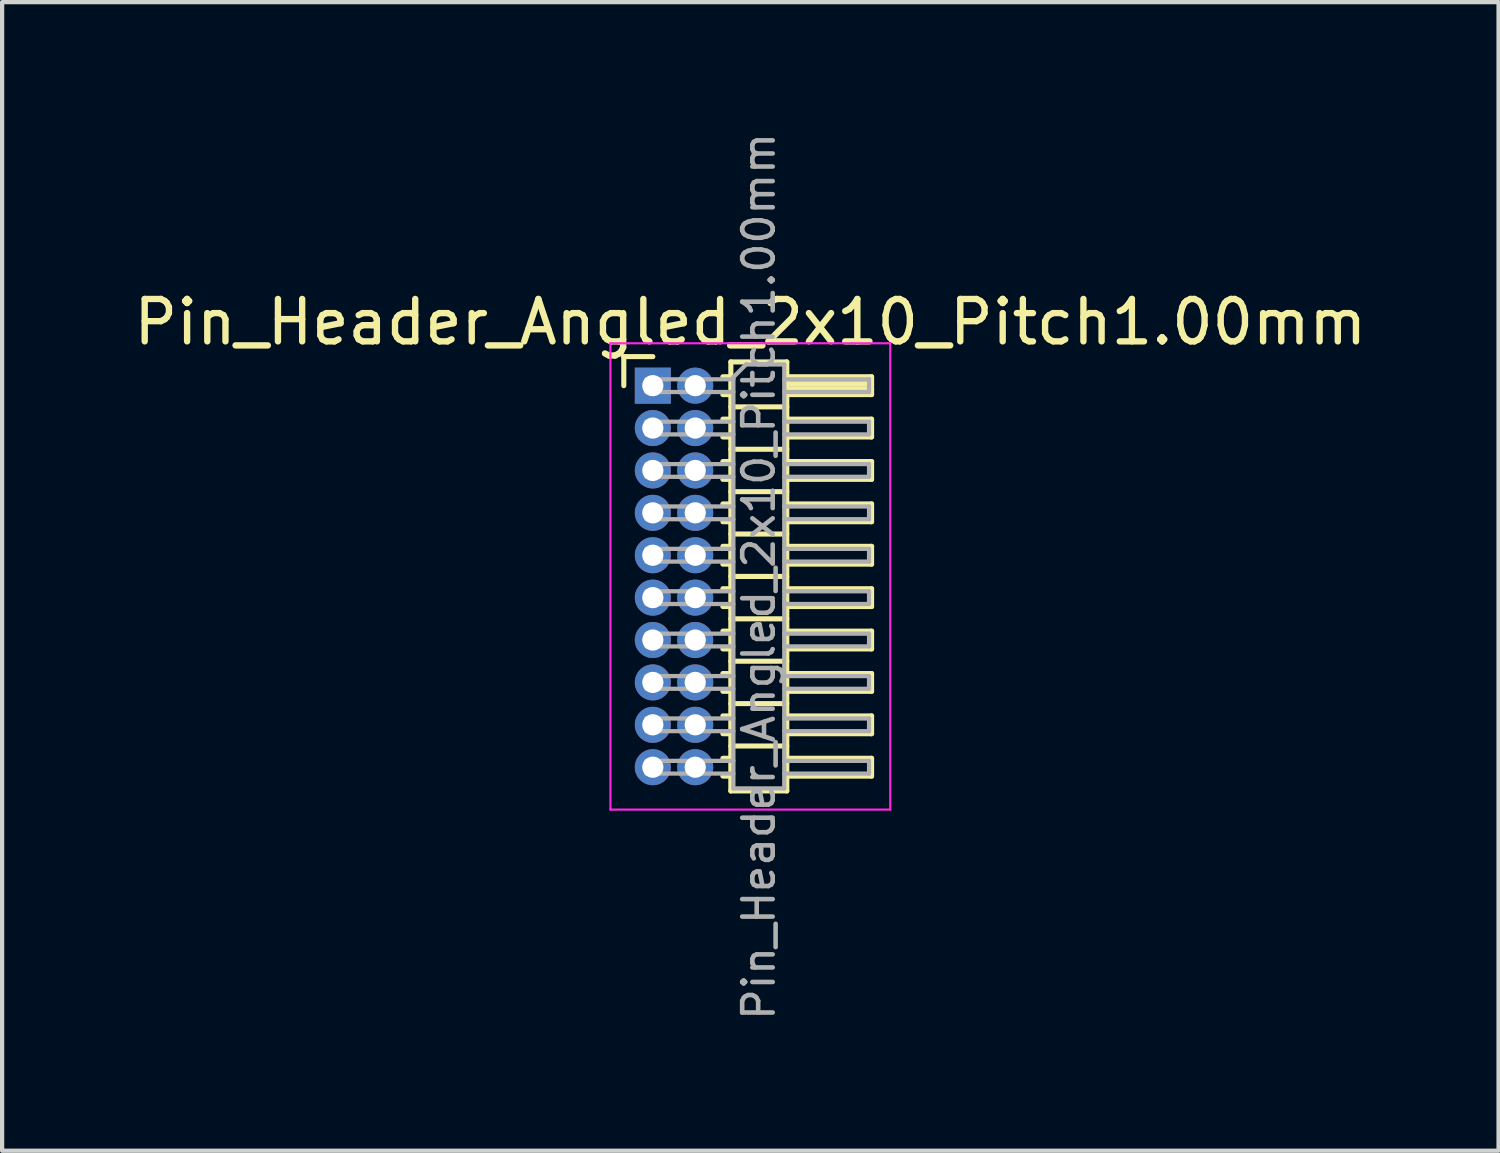
<source format=kicad_pcb>
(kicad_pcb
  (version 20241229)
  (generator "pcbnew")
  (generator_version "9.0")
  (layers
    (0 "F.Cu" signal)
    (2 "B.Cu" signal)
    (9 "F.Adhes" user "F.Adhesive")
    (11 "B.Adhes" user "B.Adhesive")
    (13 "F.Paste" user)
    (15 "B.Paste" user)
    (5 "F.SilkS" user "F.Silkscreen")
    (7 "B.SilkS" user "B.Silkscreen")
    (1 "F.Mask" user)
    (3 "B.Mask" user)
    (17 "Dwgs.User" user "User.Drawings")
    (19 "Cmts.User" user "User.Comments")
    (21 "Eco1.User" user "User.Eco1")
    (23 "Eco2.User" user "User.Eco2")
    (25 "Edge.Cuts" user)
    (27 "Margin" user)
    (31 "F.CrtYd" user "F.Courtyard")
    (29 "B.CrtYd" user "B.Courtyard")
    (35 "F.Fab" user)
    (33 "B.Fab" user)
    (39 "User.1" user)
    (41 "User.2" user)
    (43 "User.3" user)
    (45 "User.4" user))
  (footprint "Pin_Header_Angled_2x10_Pitch1.00mm"
    (layer "F.Cu")
    (at 12.349 6.047)
    (property "Reference" "Pin_Header_Angled_2x10_Pitch1.00mm" (at 2.3 -1.5 0) (layer "F.SilkS") (effects (font (size 1 1) (thickness 0.15))))
    (attr through_hole)
    (fp_line (start -0.685 -0.685) (end 0 -0.685) (stroke (width 0.12) (type solid)) (layer "F.SilkS"))
    (fp_line (start -0.685 0) (end -0.685 -0.685) (stroke (width 0.12) (type solid)) (layer "F.SilkS"))
    (fp_line (start 1.652 -0.21) (end 1.84 -0.21) (stroke (width 0.12) (type solid)) (layer "F.SilkS"))
    (fp_line (start 1.652 0.21) (end 1.84 0.21) (stroke (width 0.12) (type solid)) (layer "F.SilkS"))
    (fp_line (start 1.652 0.79) (end 1.84 0.79) (stroke (width 0.12) (type solid)) (layer "F.SilkS"))
    (fp_line (start 1.652 1.21) (end 1.84 1.21) (stroke (width 0.12) (type solid)) (layer "F.SilkS"))
    (fp_line (start 1.652 1.79) (end 1.84 1.79) (stroke (width 0.12) (type solid)) (layer "F.SilkS"))
    (fp_line (start 1.652 2.21) (end 1.84 2.21) (stroke (width 0.12) (type solid)) (layer "F.SilkS"))
    (fp_line (start 1.652 2.79) (end 1.84 2.79) (stroke (width 0.12) (type solid)) (layer "F.SilkS"))
    (fp_line (start 1.652 3.21) (end 1.84 3.21) (stroke (width 0.12) (type solid)) (layer "F.SilkS"))
    (fp_line (start 1.652 3.79) (end 1.84 3.79) (stroke (width 0.12) (type solid)) (layer "F.SilkS"))
    (fp_line (start 1.652 4.21) (end 1.84 4.21) (stroke (width 0.12) (type solid)) (layer "F.SilkS"))
    (fp_line (start 1.652 4.79) (end 1.84 4.79) (stroke (width 0.12) (type solid)) (layer "F.SilkS"))
    (fp_line (start 1.652 5.21) (end 1.84 5.21) (stroke (width 0.12) (type solid)) (layer "F.SilkS"))
    (fp_line (start 1.652 5.79) (end 1.84 5.79) (stroke (width 0.12) (type solid)) (layer "F.SilkS"))
    (fp_line (start 1.652 6.21) (end 1.84 6.21) (stroke (width 0.12) (type solid)) (layer "F.SilkS"))
    (fp_line (start 1.652 6.79) (end 1.84 6.79) (stroke (width 0.12) (type solid)) (layer "F.SilkS"))
    (fp_line (start 1.652 7.21) (end 1.84 7.21) (stroke (width 0.12) (type solid)) (layer "F.SilkS"))
    (fp_line (start 1.652 7.79) (end 1.84 7.79) (stroke (width 0.12) (type solid)) (layer "F.SilkS"))
    (fp_line (start 1.652 8.21) (end 1.84 8.21) (stroke (width 0.12) (type solid)) (layer "F.SilkS"))
    (fp_line (start 1.652 8.79) (end 1.84 8.79) (stroke (width 0.12) (type solid)) (layer "F.SilkS"))
    (fp_line (start 1.652 9.21) (end 1.84 9.21) (stroke (width 0.12) (type solid)) (layer "F.SilkS"))
    (fp_line (start 1.84 -0.56) (end 1.84 9.56) (stroke (width 0.12) (type solid)) (layer "F.SilkS"))
    (fp_line (start 1.84 0.5) (end 3.16 0.5) (stroke (width 0.12) (type solid)) (layer "F.SilkS"))
    (fp_line (start 1.84 1.5) (end 3.16 1.5) (stroke (width 0.12) (type solid)) (layer "F.SilkS"))
    (fp_line (start 1.84 2.5) (end 3.16 2.5) (stroke (width 0.12) (type solid)) (layer "F.SilkS"))
    (fp_line (start 1.84 3.5) (end 3.16 3.5) (stroke (width 0.12) (type solid)) (layer "F.SilkS"))
    (fp_line (start 1.84 4.5) (end 3.16 4.5) (stroke (width 0.12) (type solid)) (layer "F.SilkS"))
    (fp_line (start 1.84 5.5) (end 3.16 5.5) (stroke (width 0.12) (type solid)) (layer "F.SilkS"))
    (fp_line (start 1.84 6.5) (end 3.16 6.5) (stroke (width 0.12) (type solid)) (layer "F.SilkS"))
    (fp_line (start 1.84 7.5) (end 3.16 7.5) (stroke (width 0.12) (type solid)) (layer "F.SilkS"))
    (fp_line (start 1.84 8.5) (end 3.16 8.5) (stroke (width 0.12) (type solid)) (layer "F.SilkS"))
    (fp_line (start 1.84 9.56) (end 3.16 9.56) (stroke (width 0.12) (type solid)) (layer "F.SilkS"))
    (fp_line (start 3.16 -0.56) (end 1.84 -0.56) (stroke (width 0.12) (type solid)) (layer "F.SilkS"))
    (fp_line (start 3.16 -0.21) (end 5.16 -0.21) (stroke (width 0.12) (type solid)) (layer "F.SilkS"))
    (fp_line (start 3.16 -0.15) (end 5.16 -0.15) (stroke (width 0.12) (type solid)) (layer "F.SilkS"))
    (fp_line (start 3.16 -0.03) (end 5.16 -0.03) (stroke (width 0.12) (type solid)) (layer "F.SilkS"))
    (fp_line (start 3.16 0.09) (end 5.16 0.09) (stroke (width 0.12) (type solid)) (layer "F.SilkS"))
    (fp_line (start 3.16 0.79) (end 5.16 0.79) (stroke (width 0.12) (type solid)) (layer "F.SilkS"))
    (fp_line (start 3.16 1.79) (end 5.16 1.79) (stroke (width 0.12) (type solid)) (layer "F.SilkS"))
    (fp_line (start 3.16 2.79) (end 5.16 2.79) (stroke (width 0.12) (type solid)) (layer "F.SilkS"))
    (fp_line (start 3.16 3.79) (end 5.16 3.79) (stroke (width 0.12) (type solid)) (layer "F.SilkS"))
    (fp_line (start 3.16 4.79) (end 5.16 4.79) (stroke (width 0.12) (type solid)) (layer "F.SilkS"))
    (fp_line (start 3.16 5.79) (end 5.16 5.79) (stroke (width 0.12) (type solid)) (layer "F.SilkS"))
    (fp_line (start 3.16 6.79) (end 5.16 6.79) (stroke (width 0.12) (type solid)) (layer "F.SilkS"))
    (fp_line (start 3.16 7.79) (end 5.16 7.79) (stroke (width 0.12) (type solid)) (layer "F.SilkS"))
    (fp_line (start 3.16 8.79) (end 5.16 8.79) (stroke (width 0.12) (type solid)) (layer "F.SilkS"))
    (fp_line (start 3.16 9.56) (end 3.16 -0.56) (stroke (width 0.12) (type solid)) (layer "F.SilkS"))
    (fp_line (start 5.16 -0.21) (end 5.16 0.21) (stroke (width 0.12) (type solid)) (layer "F.SilkS"))
    (fp_line (start 5.16 0.21) (end 3.16 0.21) (stroke (width 0.12) (type solid)) (layer "F.SilkS"))
    (fp_line (start 5.16 0.79) (end 5.16 1.21) (stroke (width 0.12) (type solid)) (layer "F.SilkS"))
    (fp_line (start 5.16 1.21) (end 3.16 1.21) (stroke (width 0.12) (type solid)) (layer "F.SilkS"))
    (fp_line (start 5.16 1.79) (end 5.16 2.21) (stroke (width 0.12) (type solid)) (layer "F.SilkS"))
    (fp_line (start 5.16 2.21) (end 3.16 2.21) (stroke (width 0.12) (type solid)) (layer "F.SilkS"))
    (fp_line (start 5.16 2.79) (end 5.16 3.21) (stroke (width 0.12) (type solid)) (layer "F.SilkS"))
    (fp_line (start 5.16 3.21) (end 3.16 3.21) (stroke (width 0.12) (type solid)) (layer "F.SilkS"))
    (fp_line (start 5.16 3.79) (end 5.16 4.21) (stroke (width 0.12) (type solid)) (layer "F.SilkS"))
    (fp_line (start 5.16 4.21) (end 3.16 4.21) (stroke (width 0.12) (type solid)) (layer "F.SilkS"))
    (fp_line (start 5.16 4.79) (end 5.16 5.21) (stroke (width 0.12) (type solid)) (layer "F.SilkS"))
    (fp_line (start 5.16 5.21) (end 3.16 5.21) (stroke (width 0.12) (type solid)) (layer "F.SilkS"))
    (fp_line (start 5.16 5.79) (end 5.16 6.21) (stroke (width 0.12) (type solid)) (layer "F.SilkS"))
    (fp_line (start 5.16 6.21) (end 3.16 6.21) (stroke (width 0.12) (type solid)) (layer "F.SilkS"))
    (fp_line (start 5.16 6.79) (end 5.16 7.21) (stroke (width 0.12) (type solid)) (layer "F.SilkS"))
    (fp_line (start 5.16 7.21) (end 3.16 7.21) (stroke (width 0.12) (type solid)) (layer "F.SilkS"))
    (fp_line (start 5.16 7.79) (end 5.16 8.21) (stroke (width 0.12) (type solid)) (layer "F.SilkS"))
    (fp_line (start 5.16 8.21) (end 3.16 8.21) (stroke (width 0.12) (type solid)) (layer "F.SilkS"))
    (fp_line (start 5.16 8.79) (end 5.16 9.21) (stroke (width 0.12) (type solid)) (layer "F.SilkS"))
    (fp_line (start 5.16 9.21) (end 3.16 9.21) (stroke (width 0.12) (type solid)) (layer "F.SilkS"))
    (fp_line (start -1 -1) (end -1 10) (stroke (width 0.05) (type solid)) (layer "F.CrtYd"))
    (fp_line (start -1 10) (end 5.6 10) (stroke (width 0.05) (type solid)) (layer "F.CrtYd"))
    (fp_line (start 5.6 -1) (end -1 -1) (stroke (width 0.05) (type solid)) (layer "F.CrtYd"))
    (fp_line (start 5.6 10) (end 5.6 -1) (stroke (width 0.05) (type solid)) (layer "F.CrtYd"))
    (fp_line (start -0.15 -0.15) (end -0.15 0.15) (stroke (width 0.1) (type solid)) (layer "F.Fab"))
    (fp_line (start -0.15 -0.15) (end 1.9 -0.15) (stroke (width 0.1) (type solid)) (layer "F.Fab"))
    (fp_line (start -0.15 0.15) (end 1.9 0.15) (stroke (width 0.1) (type solid)) (layer "F.Fab"))
    (fp_line (start -0.15 0.85) (end -0.15 1.15) (stroke (width 0.1) (type solid)) (layer "F.Fab"))
    (fp_line (start -0.15 0.85) (end 1.9 0.85) (stroke (width 0.1) (type solid)) (layer "F.Fab"))
    (fp_line (start -0.15 1.15) (end 1.9 1.15) (stroke (width 0.1) (type solid)) (layer "F.Fab"))
    (fp_line (start -0.15 1.85) (end -0.15 2.15) (stroke (width 0.1) (type solid)) (layer "F.Fab"))
    (fp_line (start -0.15 1.85) (end 1.9 1.85) (stroke (width 0.1) (type solid)) (layer "F.Fab"))
    (fp_line (start -0.15 2.15) (end 1.9 2.15) (stroke (width 0.1) (type solid)) (layer "F.Fab"))
    (fp_line (start -0.15 2.85) (end -0.15 3.15) (stroke (width 0.1) (type solid)) (layer "F.Fab"))
    (fp_line (start -0.15 2.85) (end 1.9 2.85) (stroke (width 0.1) (type solid)) (layer "F.Fab"))
    (fp_line (start -0.15 3.15) (end 1.9 3.15) (stroke (width 0.1) (type solid)) (layer "F.Fab"))
    (fp_line (start -0.15 3.85) (end -0.15 4.15) (stroke (width 0.1) (type solid)) (layer "F.Fab"))
    (fp_line (start -0.15 3.85) (end 1.9 3.85) (stroke (width 0.1) (type solid)) (layer "F.Fab"))
    (fp_line (start -0.15 4.15) (end 1.9 4.15) (stroke (width 0.1) (type solid)) (layer "F.Fab"))
    (fp_line (start -0.15 4.85) (end -0.15 5.15) (stroke (width 0.1) (type solid)) (layer "F.Fab"))
    (fp_line (start -0.15 4.85) (end 1.9 4.85) (stroke (width 0.1) (type solid)) (layer "F.Fab"))
    (fp_line (start -0.15 5.15) (end 1.9 5.15) (stroke (width 0.1) (type solid)) (layer "F.Fab"))
    (fp_line (start -0.15 5.85) (end -0.15 6.15) (stroke (width 0.1) (type solid)) (layer "F.Fab"))
    (fp_line (start -0.15 5.85) (end 1.9 5.85) (stroke (width 0.1) (type solid)) (layer "F.Fab"))
    (fp_line (start -0.15 6.15) (end 1.9 6.15) (stroke (width 0.1) (type solid)) (layer "F.Fab"))
    (fp_line (start -0.15 6.85) (end -0.15 7.15) (stroke (width 0.1) (type solid)) (layer "F.Fab"))
    (fp_line (start -0.15 6.85) (end 1.9 6.85) (stroke (width 0.1) (type solid)) (layer "F.Fab"))
    (fp_line (start -0.15 7.15) (end 1.9 7.15) (stroke (width 0.1) (type solid)) (layer "F.Fab"))
    (fp_line (start -0.15 7.85) (end -0.15 8.15) (stroke (width 0.1) (type solid)) (layer "F.Fab"))
    (fp_line (start -0.15 7.85) (end 1.9 7.85) (stroke (width 0.1) (type solid)) (layer "F.Fab"))
    (fp_line (start -0.15 8.15) (end 1.9 8.15) (stroke (width 0.1) (type solid)) (layer "F.Fab"))
    (fp_line (start -0.15 8.85) (end -0.15 9.15) (stroke (width 0.1) (type solid)) (layer "F.Fab"))
    (fp_line (start -0.15 8.85) (end 1.9 8.85) (stroke (width 0.1) (type solid)) (layer "F.Fab"))
    (fp_line (start -0.15 9.15) (end 1.9 9.15) (stroke (width 0.1) (type solid)) (layer "F.Fab"))
    (fp_line (start 1.9 -0.2) (end 2.2 -0.5) (stroke (width 0.1) (type solid)) (layer "F.Fab"))
    (fp_line (start 1.9 9.5) (end 1.9 -0.2) (stroke (width 0.1) (type solid)) (layer "F.Fab"))
    (fp_line (start 2.2 -0.5) (end 3.1 -0.5) (stroke (width 0.1) (type solid)) (layer "F.Fab"))
    (fp_line (start 3.1 -0.5) (end 3.1 9.5) (stroke (width 0.1) (type solid)) (layer "F.Fab"))
    (fp_line (start 3.1 -0.15) (end 5.1 -0.15) (stroke (width 0.1) (type solid)) (layer "F.Fab"))
    (fp_line (start 3.1 0.15) (end 5.1 0.15) (stroke (width 0.1) (type solid)) (layer "F.Fab"))
    (fp_line (start 3.1 0.85) (end 5.1 0.85) (stroke (width 0.1) (type solid)) (layer "F.Fab"))
    (fp_line (start 3.1 1.15) (end 5.1 1.15) (stroke (width 0.1) (type solid)) (layer "F.Fab"))
    (fp_line (start 3.1 1.85) (end 5.1 1.85) (stroke (width 0.1) (type solid)) (layer "F.Fab"))
    (fp_line (start 3.1 2.15) (end 5.1 2.15) (stroke (width 0.1) (type solid)) (layer "F.Fab"))
    (fp_line (start 3.1 2.85) (end 5.1 2.85) (stroke (width 0.1) (type solid)) (layer "F.Fab"))
    (fp_line (start 3.1 3.15) (end 5.1 3.15) (stroke (width 0.1) (type solid)) (layer "F.Fab"))
    (fp_line (start 3.1 3.85) (end 5.1 3.85) (stroke (width 0.1) (type solid)) (layer "F.Fab"))
    (fp_line (start 3.1 4.15) (end 5.1 4.15) (stroke (width 0.1) (type solid)) (layer "F.Fab"))
    (fp_line (start 3.1 4.85) (end 5.1 4.85) (stroke (width 0.1) (type solid)) (layer "F.Fab"))
    (fp_line (start 3.1 5.15) (end 5.1 5.15) (stroke (width 0.1) (type solid)) (layer "F.Fab"))
    (fp_line (start 3.1 5.85) (end 5.1 5.85) (stroke (width 0.1) (type solid)) (layer "F.Fab"))
    (fp_line (start 3.1 6.15) (end 5.1 6.15) (stroke (width 0.1) (type solid)) (layer "F.Fab"))
    (fp_line (start 3.1 6.85) (end 5.1 6.85) (stroke (width 0.1) (type solid)) (layer "F.Fab"))
    (fp_line (start 3.1 7.15) (end 5.1 7.15) (stroke (width 0.1) (type solid)) (layer "F.Fab"))
    (fp_line (start 3.1 7.85) (end 5.1 7.85) (stroke (width 0.1) (type solid)) (layer "F.Fab"))
    (fp_line (start 3.1 8.15) (end 5.1 8.15) (stroke (width 0.1) (type solid)) (layer "F.Fab"))
    (fp_line (start 3.1 8.85) (end 5.1 8.85) (stroke (width 0.1) (type solid)) (layer "F.Fab"))
    (fp_line (start 3.1 9.15) (end 5.1 9.15) (stroke (width 0.1) (type solid)) (layer "F.Fab"))
    (fp_line (start 3.1 9.5) (end 1.9 9.5) (stroke (width 0.1) (type solid)) (layer "F.Fab"))
    (fp_line (start 5.1 -0.15) (end 5.1 0.15) (stroke (width 0.1) (type solid)) (layer "F.Fab"))
    (fp_line (start 5.1 0.85) (end 5.1 1.15) (stroke (width 0.1) (type solid)) (layer "F.Fab"))
    (fp_line (start 5.1 1.85) (end 5.1 2.15) (stroke (width 0.1) (type solid)) (layer "F.Fab"))
    (fp_line (start 5.1 2.85) (end 5.1 3.15) (stroke (width 0.1) (type solid)) (layer "F.Fab"))
    (fp_line (start 5.1 3.85) (end 5.1 4.15) (stroke (width 0.1) (type solid)) (layer "F.Fab"))
    (fp_line (start 5.1 4.85) (end 5.1 5.15) (stroke (width 0.1) (type solid)) (layer "F.Fab"))
    (fp_line (start 5.1 5.85) (end 5.1 6.15) (stroke (width 0.1) (type solid)) (layer "F.Fab"))
    (fp_line (start 5.1 6.85) (end 5.1 7.15) (stroke (width 0.1) (type solid)) (layer "F.Fab"))
    (fp_line (start 5.1 7.85) (end 5.1 8.15) (stroke (width 0.1) (type solid)) (layer "F.Fab"))
    (fp_line (start 5.1 8.85) (end 5.1 9.15) (stroke (width 0.1) (type solid)) (layer "F.Fab"))
    (fp_text user "${REFERENCE}" (at 2.5 4.5 90) (layer "F.Fab") (effects (font (size 0.72 0.72) (thickness 0.108))))
    (pad "1" thru_hole rect (at 0 0) (size 0.85 0.85) (drill 0.5) (layers "*.Cu" "*.Mask"))
    (pad "2" thru_hole oval (at 1 0) (size 0.85 0.85) (drill 0.5) (layers "*.Cu" "*.Mask"))
    (pad "3" thru_hole oval (at 0 1) (size 0.85 0.85) (drill 0.5) (layers "*.Cu" "*.Mask"))
    (pad "4" thru_hole oval (at 1 1) (size 0.85 0.85) (drill 0.5) (layers "*.Cu" "*.Mask"))
    (pad "5" thru_hole oval (at 0 2) (size 0.85 0.85) (drill 0.5) (layers "*.Cu" "*.Mask"))
    (pad "6" thru_hole oval (at 1 2) (size 0.85 0.85) (drill 0.5) (layers "*.Cu" "*.Mask"))
    (pad "7" thru_hole oval (at 0 3) (size 0.85 0.85) (drill 0.5) (layers "*.Cu" "*.Mask"))
    (pad "8" thru_hole oval (at 1 3) (size 0.85 0.85) (drill 0.5) (layers "*.Cu" "*.Mask"))
    (pad "9" thru_hole oval (at 0 4) (size 0.85 0.85) (drill 0.5) (layers "*.Cu" "*.Mask"))
    (pad "10" thru_hole oval (at 1 4) (size 0.85 0.85) (drill 0.5) (layers "*.Cu" "*.Mask"))
    (pad "11" thru_hole oval (at 0 5) (size 0.85 0.85) (drill 0.5) (layers "*.Cu" "*.Mask"))
    (pad "12" thru_hole oval (at 1 5) (size 0.85 0.85) (drill 0.5) (layers "*.Cu" "*.Mask"))
    (pad "13" thru_hole oval (at 0 6) (size 0.85 0.85) (drill 0.5) (layers "*.Cu" "*.Mask"))
    (pad "14" thru_hole oval (at 1 6) (size 0.85 0.85) (drill 0.5) (layers "*.Cu" "*.Mask"))
    (pad "15" thru_hole oval (at 0 7) (size 0.85 0.85) (drill 0.5) (layers "*.Cu" "*.Mask"))
    (pad "16" thru_hole oval (at 1 7) (size 0.85 0.85) (drill 0.5) (layers "*.Cu" "*.Mask"))
    (pad "17" thru_hole oval (at 0 8) (size 0.85 0.85) (drill 0.5) (layers "*.Cu" "*.Mask"))
    (pad "18" thru_hole oval (at 1 8) (size 0.85 0.85) (drill 0.5) (layers "*.Cu" "*.Mask"))
    (pad "19" thru_hole oval (at 0 9) (size 0.85 0.85) (drill 0.5) (layers "*.Cu" "*.Mask"))
    (pad "20" thru_hole oval (at 1 9) (size 0.85 0.85) (drill 0.5) (layers "*.Cu" "*.Mask")))
  (gr_rect
    (start -3 -3)
    (end 32.298 24.094)
    (stroke (width 0.1) (type default))
    (fill no)
    (layer "Edge.Cuts")))
</source>
